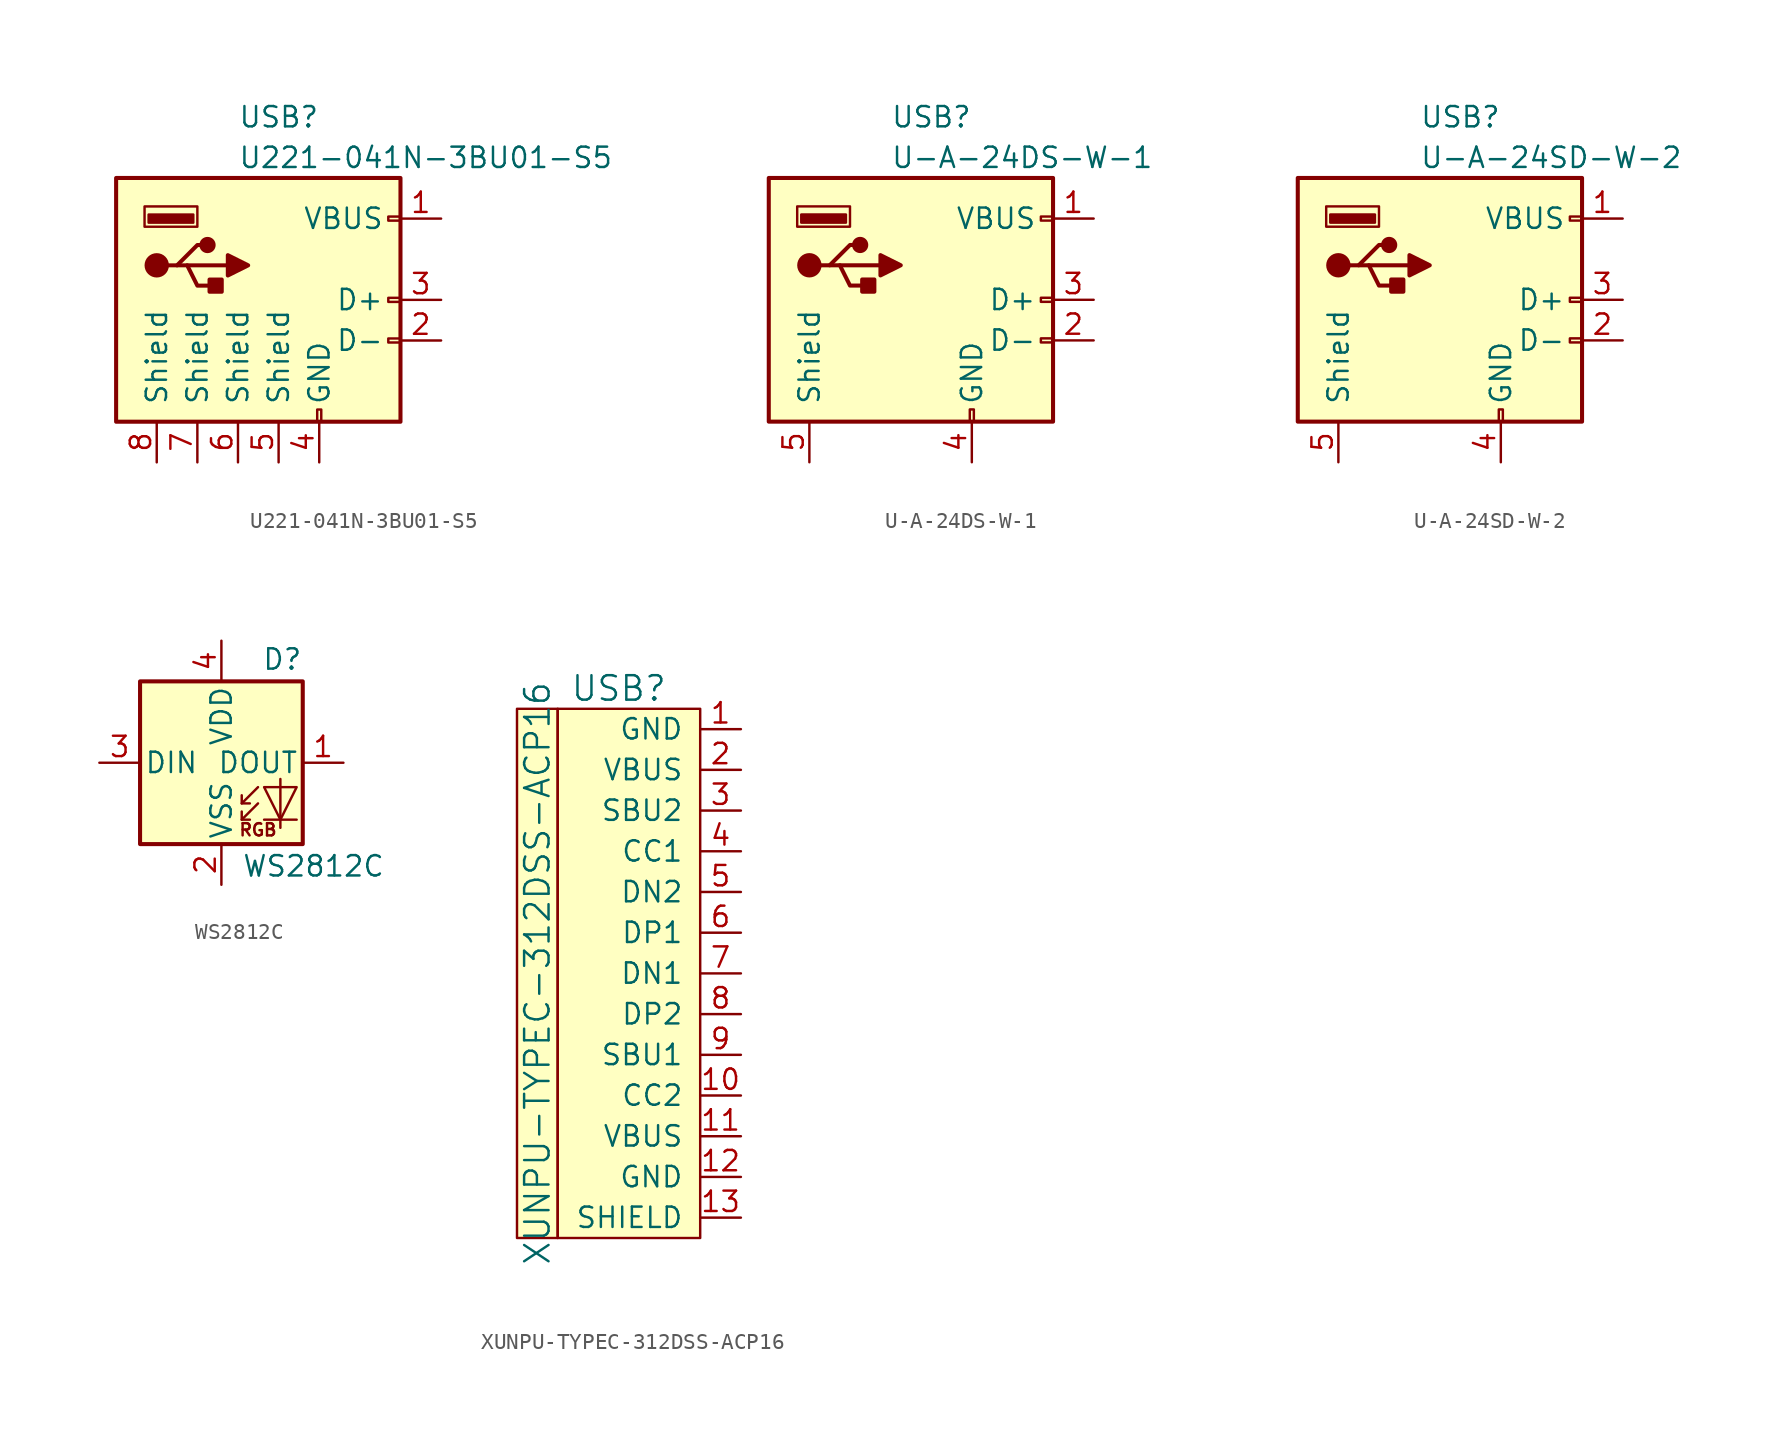
<source format=kicad_sym>
(kicad_symbol_lib
  (version 20231120)
  (generator "kicad_symbol_editor")
  (generator_version "8.0")
  (symbol "U221-041N-3BU01-S5"
    (pin_names
      (offset 1.016))
    (property "Reference" "USB"
      (at -5.08 11.43 0)
      (effects (font (size 1.27 1.27)) (justify left)))
    (property "Value" "U221-041N-3BU01-S5"
      (at -5.08 8.89 0)
      (effects (font (size 1.27 1.27)) (justify left)))
    (symbol "U221-041N-3BU01-S5_0_1"
      (rectangle (start -12.7 7.62) (end 5.08 -7.62) (stroke (width 0.254) (type default)) (fill (type background)))
      (circle (center -10.16 2.159) (radius 0.635) (stroke (width 0.254) (type default)) (fill (type outline)))
      (rectangle (start -7.874 4.826) (end -10.668 5.334) (stroke (width 0) (type default)) (fill (type outline)))
      (rectangle (start -7.62 4.572) (end -10.922 5.842) (stroke (width 0) (type default)) (fill (type none)))
      (circle (center -6.985 3.429) (radius 0.381) (stroke (width 0.254) (type default)) (fill (type outline)))
      (rectangle (start -6.096 1.27) (end -6.858 0.508) (stroke (width 0.254) (type default)) (fill (type outline)))
      (rectangle (start -0.127 -7.62) (end 0.127 -6.858) (stroke (width 0) (type default)) (fill (type none)))
      (polyline (pts (xy -9.525 2.159) (xy -8.89 2.159) (xy -7.62 3.429) (xy -6.985 3.429)) (stroke (width 0.254) (type default)) (fill (type none)))
      (polyline (pts (xy -8.89 2.159) (xy -8.255 2.159) (xy -7.62 0.889) (xy -6.35 0.889)) (stroke (width 0.254) (type default)) (fill (type none)))
      (polyline (pts (xy -5.715 2.794) (xy -5.715 1.524) (xy -4.445 2.159) (xy -5.715 2.794)) (stroke (width 0.254) (type default)) (fill (type outline)))
      (rectangle (start 5.08 -2.667) (end 4.318 -2.413) (stroke (width 0) (type default)) (fill (type none)))
      (rectangle (start 5.08 -0.127) (end 4.318 0.127) (stroke (width 0) (type default)) (fill (type none)))
      (rectangle (start 5.08 4.953) (end 4.318 5.207) (stroke (width 0) (type default)) (fill (type none))))
    (symbol "U221-041N-3BU01-S5_1_1"
      (polyline (pts (xy -8.255 2.159) (xy -5.715 2.159)) (stroke (width 0.254) (type default)) (fill (type none)))
      (pin power_in line (at 7.62 5.08 180) (length 2.54) (name "VBUS" (effects (font (size 1.27 1.27)))) (number "1" (effects (font (size 1.27 1.27)))))
      (pin bidirectional line (at 7.62 -2.54 180) (length 2.54) (name "D-" (effects (font (size 1.27 1.27)))) (number "2" (effects (font (size 1.27 1.27)))))
      (pin bidirectional line (at 7.62 0 180) (length 2.54) (name "D+" (effects (font (size 1.27 1.27)))) (number "3" (effects (font (size 1.27 1.27)))))
      (pin power_in line (at 0 -10.16 90) (length 2.54) (name "GND" (effects (font (size 1.27 1.27)))) (number "4" (effects (font (size 1.27 1.27)))))
      (pin passive line (at -2.54 -10.16 90) (length 2.54) (name "Shield" (effects (font (size 1.27 1.27)))) (number "5" (effects (font (size 1.27 1.27)))))
      (pin passive line (at -5.08 -10.16 90) (length 2.54) (name "Shield" (effects (font (size 1.27 1.27)))) (number "6" (effects (font (size 1.27 1.27)))))
      (pin passive line (at -7.62 -10.16 90) (length 2.54) (name "Shield" (effects (font (size 1.27 1.27)))) (number "7" (effects (font (size 1.27 1.27)))))
      (pin passive line (at -10.16 -10.16 90) (length 2.54) (name "Shield" (effects (font (size 1.27 1.27)))) (number "8" (effects (font (size 1.27 1.27)))))))
  (symbol "U-A-24DS-W-1"
    (pin_names
      (offset 1.016))
    (property "Reference" "USB"
      (at -5.08 11.43 0)
      (effects (font (size 1.27 1.27)) (justify left)))
    (property "Value" "U-A-24DS-W-1"
      (at -5.08 8.89 0)
      (effects (font (size 1.27 1.27)) (justify left)))
    (symbol "U-A-24DS-W-1_0_1"
      (rectangle (start -12.7 7.62) (end 5.08 -7.62) (stroke (width 0.254) (type default)) (fill (type background)))
      (circle (center -10.16 2.159) (radius 0.635) (stroke (width 0.254) (type default)) (fill (type outline)))
      (rectangle (start -7.874 4.826) (end -10.668 5.334) (stroke (width 0) (type default)) (fill (type outline)))
      (rectangle (start -7.62 4.572) (end -10.922 5.842) (stroke (width 0) (type default)) (fill (type none)))
      (circle (center -6.985 3.429) (radius 0.381) (stroke (width 0.254) (type default)) (fill (type outline)))
      (rectangle (start -6.096 1.27) (end -6.858 0.508) (stroke (width 0.254) (type default)) (fill (type outline)))
      (rectangle (start -0.127 -7.62) (end 0.127 -6.858) (stroke (width 0) (type default)) (fill (type none)))
      (polyline (pts (xy -9.525 2.159) (xy -8.89 2.159) (xy -7.62 3.429) (xy -6.985 3.429)) (stroke (width 0.254) (type default)) (fill (type none)))
      (polyline (pts (xy -8.89 2.159) (xy -8.255 2.159) (xy -7.62 0.889) (xy -6.35 0.889)) (stroke (width 0.254) (type default)) (fill (type none)))
      (polyline (pts (xy -5.715 2.794) (xy -5.715 1.524) (xy -4.445 2.159) (xy -5.715 2.794)) (stroke (width 0.254) (type default)) (fill (type outline)))
      (rectangle (start 5.08 -2.667) (end 4.318 -2.413) (stroke (width 0) (type default)) (fill (type none)))
      (rectangle (start 5.08 -0.127) (end 4.318 0.127) (stroke (width 0) (type default)) (fill (type none)))
      (rectangle (start 5.08 4.953) (end 4.318 5.207) (stroke (width 0) (type default)) (fill (type none))))
    (symbol "U-A-24DS-W-1_1_1"
      (polyline (pts (xy -8.255 2.159) (xy -5.715 2.159)) (stroke (width 0.254) (type default)) (fill (type none)))
      (pin power_in line (at 7.62 5.08 180) (length 2.54) (name "VBUS" (effects (font (size 1.27 1.27)))) (number "1" (effects (font (size 1.27 1.27)))))
      (pin bidirectional line (at 7.62 -2.54 180) (length 2.54) (name "D-" (effects (font (size 1.27 1.27)))) (number "2" (effects (font (size 1.27 1.27)))))
      (pin bidirectional line (at 7.62 0 180) (length 2.54) (name "D+" (effects (font (size 1.27 1.27)))) (number "3" (effects (font (size 1.27 1.27)))))
      (pin power_in line (at 0 -10.16 90) (length 2.54) (name "GND" (effects (font (size 1.27 1.27)))) (number "4" (effects (font (size 1.27 1.27)))))
      (pin passive line (at -10.16 -10.16 90) (length 2.54) (name "Shield" (effects (font (size 1.27 1.27)))) (number "5" (effects (font (size 1.27 1.27)))))))
  (symbol "U-A-24SD-W-2"
    (pin_names
      (offset 1.016))
    (property "Reference" "USB"
      (at -5.08 11.43 0)
      (effects (font (size 1.27 1.27)) (justify left)))
    (property "Value" "U-A-24SD-W-2"
      (at -5.08 8.89 0)
      (effects (font (size 1.27 1.27)) (justify left)))
    (symbol "U-A-24SD-W-2_0_1"
      (rectangle (start -12.7 7.62) (end 5.08 -7.62) (stroke (width 0.254) (type default)) (fill (type background)))
      (circle (center -10.16 2.159) (radius 0.635) (stroke (width 0.254) (type default)) (fill (type outline)))
      (rectangle (start -7.874 4.826) (end -10.668 5.334) (stroke (width 0) (type default)) (fill (type outline)))
      (rectangle (start -7.62 4.572) (end -10.922 5.842) (stroke (width 0) (type default)) (fill (type none)))
      (circle (center -6.985 3.429) (radius 0.381) (stroke (width 0.254) (type default)) (fill (type outline)))
      (rectangle (start -6.096 1.27) (end -6.858 0.508) (stroke (width 0.254) (type default)) (fill (type outline)))
      (rectangle (start -0.127 -7.62) (end 0.127 -6.858) (stroke (width 0) (type default)) (fill (type none)))
      (polyline (pts (xy -9.525 2.159) (xy -8.89 2.159) (xy -7.62 3.429) (xy -6.985 3.429)) (stroke (width 0.254) (type default)) (fill (type none)))
      (polyline (pts (xy -8.89 2.159) (xy -8.255 2.159) (xy -7.62 0.889) (xy -6.35 0.889)) (stroke (width 0.254) (type default)) (fill (type none)))
      (polyline (pts (xy -5.715 2.794) (xy -5.715 1.524) (xy -4.445 2.159) (xy -5.715 2.794)) (stroke (width 0.254) (type default)) (fill (type outline)))
      (rectangle (start 5.08 -2.667) (end 4.318 -2.413) (stroke (width 0) (type default)) (fill (type none)))
      (rectangle (start 5.08 -0.127) (end 4.318 0.127) (stroke (width 0) (type default)) (fill (type none)))
      (rectangle (start 5.08 4.953) (end 4.318 5.207) (stroke (width 0) (type default)) (fill (type none))))
    (symbol "U-A-24SD-W-2_1_1"
      (polyline (pts (xy -8.255 2.159) (xy -5.715 2.159)) (stroke (width 0.254) (type default)) (fill (type none)))
      (pin power_in line (at 7.62 5.08 180) (length 2.54) (name "VBUS" (effects (font (size 1.27 1.27)))) (number "1" (effects (font (size 1.27 1.27)))))
      (pin bidirectional line (at 7.62 -2.54 180) (length 2.54) (name "D-" (effects (font (size 1.27 1.27)))) (number "2" (effects (font (size 1.27 1.27)))))
      (pin bidirectional line (at 7.62 0 180) (length 2.54) (name "D+" (effects (font (size 1.27 1.27)))) (number "3" (effects (font (size 1.27 1.27)))))
      (pin power_in line (at 0 -10.16 90) (length 2.54) (name "GND" (effects (font (size 1.27 1.27)))) (number "4" (effects (font (size 1.27 1.27)))))
      (pin passive line (at -10.16 -10.16 90) (length 2.54) (name "Shield" (effects (font (size 1.27 1.27)))) (number "5" (effects (font (size 1.27 1.27)))))))
  (symbol "WS2812C"
    (pin_names
      (offset 0.254))
    (property "Reference" "D"
      (at 5.08 5.715 0)
      (effects (font (size 1.27 1.27)) (justify right bottom)))
    (property "Value" "WS2812C"
      (at 1.27 -5.715 0)
      (effects (font (size 1.27 1.27)) (justify left top)))
    (symbol "WS2812C_0_0"
      (text "RGB" (at 2.286 -4.191 0) (effects (font (size 0.762 0.762)))))
    (symbol "WS2812C_0_1"
      (polyline (pts (xy 1.27 -3.556) (xy 1.778 -3.556)) (stroke (width 0) (type default)) (fill (type none)))
      (polyline (pts (xy 1.27 -2.54) (xy 1.778 -2.54)) (stroke (width 0) (type default)) (fill (type none)))
      (polyline (pts (xy 4.699 -3.556) (xy 2.667 -3.556)) (stroke (width 0) (type default)) (fill (type none)))
      (polyline (pts (xy 2.286 -2.54) (xy 1.27 -3.556) (xy 1.27 -3.048)) (stroke (width 0) (type default)) (fill (type none)))
      (polyline (pts (xy 2.286 -1.524) (xy 1.27 -2.54) (xy 1.27 -2.032)) (stroke (width 0) (type default)) (fill (type none)))
      (polyline (pts (xy 3.683 -1.016) (xy 3.683 -3.556) (xy 3.683 -4.064)) (stroke (width 0) (type default)) (fill (type none)))
      (polyline (pts (xy 4.699 -1.524) (xy 2.667 -1.524) (xy 3.683 -3.556) (xy 4.699 -1.524)) (stroke (width 0) (type default)) (fill (type none)))
      (rectangle (start 5.08 5.08) (end -5.08 -5.08) (stroke (width 0.254) (type default)) (fill (type background))))
    (symbol "WS2812C_1_1"
      (pin output line (at 7.62 0 180) (length 2.54) (name "DOUT" (effects (font (size 1.27 1.27)))) (number "1" (effects (font (size 1.27 1.27)))))
      (pin power_in line (at 0 -7.62 90) (length 2.54) (name "VSS" (effects (font (size 1.27 1.27)))) (number "2" (effects (font (size 1.27 1.27)))))
      (pin input line (at -7.62 0 0) (length 2.54) (name "DIN" (effects (font (size 1.27 1.27)))) (number "3" (effects (font (size 1.27 1.27)))))
      (pin power_in line (at 0 7.62 270) (length 2.54) (name "VDD" (effects (font (size 1.27 1.27)))) (number "4" (effects (font (size 1.27 1.27)))))))
  (symbol "XUNPU-TYPEC-312DSS-ACP16"
    (pin_names
      (offset 1.016))
    (property "Reference" "USB"
      (at -5.08 16.51 0)
      (effects (font (size 1.524 1.524))))
    (property "Value" "XUNPU-TYPEC-312DSS-ACP16"
      (at -10.16 -1.27 90)
      (effects (font (size 1.524 1.524))))
    (symbol "XUNPU-TYPEC-312DSS-ACP16_0_1"
      (rectangle (start -11.43 15.24) (end -8.89 -17.78) (stroke (width 0) (type default)) (fill (type background)))
      (rectangle (start 0 -17.78) (end -8.89 15.24) (stroke (width 0) (type default)) (fill (type background))))
    (symbol "XUNPU-TYPEC-312DSS-ACP16_1_1"
      (pin input line (at 2.54 13.97 180) (length 2.54) (name "GND" (effects (font (size 1.27 1.27)))) (number "1" (effects (font (size 1.27 1.27)))))
      (pin input line (at 2.54 -8.89 180) (length 2.54) (name "CC2" (effects (font (size 1.27 1.27)))) (number "10" (effects (font (size 1.27 1.27)))))
      (pin input line (at 2.54 -11.43 180) (length 2.54) (name "VBUS" (effects (font (size 1.27 1.27)))) (number "11" (effects (font (size 1.27 1.27)))))
      (pin input line (at 2.54 -13.97 180) (length 2.54) (name "GND" (effects (font (size 1.27 1.27)))) (number "12" (effects (font (size 1.27 1.27)))))
      (pin input line (at 2.54 -16.51 180) (length 2.54) (name "SHIELD" (effects (font (size 1.27 1.27)))) (number "13" (effects (font (size 1.27 1.27)))))
      (pin input line (at 2.54 11.43 180) (length 2.54) (name "VBUS" (effects (font (size 1.27 1.27)))) (number "2" (effects (font (size 1.27 1.27)))))
      (pin input line (at 2.54 8.89 180) (length 2.54) (name "SBU2" (effects (font (size 1.27 1.27)))) (number "3" (effects (font (size 1.27 1.27)))))
      (pin input line (at 2.54 6.35 180) (length 2.54) (name "CC1" (effects (font (size 1.27 1.27)))) (number "4" (effects (font (size 1.27 1.27)))))
      (pin input line (at 2.54 3.81 180) (length 2.54) (name "DN2" (effects (font (size 1.27 1.27)))) (number "5" (effects (font (size 1.27 1.27)))))
      (pin input line (at 2.54 1.27 180) (length 2.54) (name "DP1" (effects (font (size 1.27 1.27)))) (number "6" (effects (font (size 1.27 1.27)))))
      (pin input line (at 2.54 -1.27 180) (length 2.54) (name "DN1" (effects (font (size 1.27 1.27)))) (number "7" (effects (font (size 1.27 1.27)))))
      (pin input line (at 2.54 -3.81 180) (length 2.54) (name "DP2" (effects (font (size 1.27 1.27)))) (number "8" (effects (font (size 1.27 1.27)))))
      (pin input line (at 2.54 -6.35 180) (length 2.54) (name "SBU1" (effects (font (size 1.27 1.27)))) (number "9" (effects (font (size 1.27 1.27))))))))
</source>
